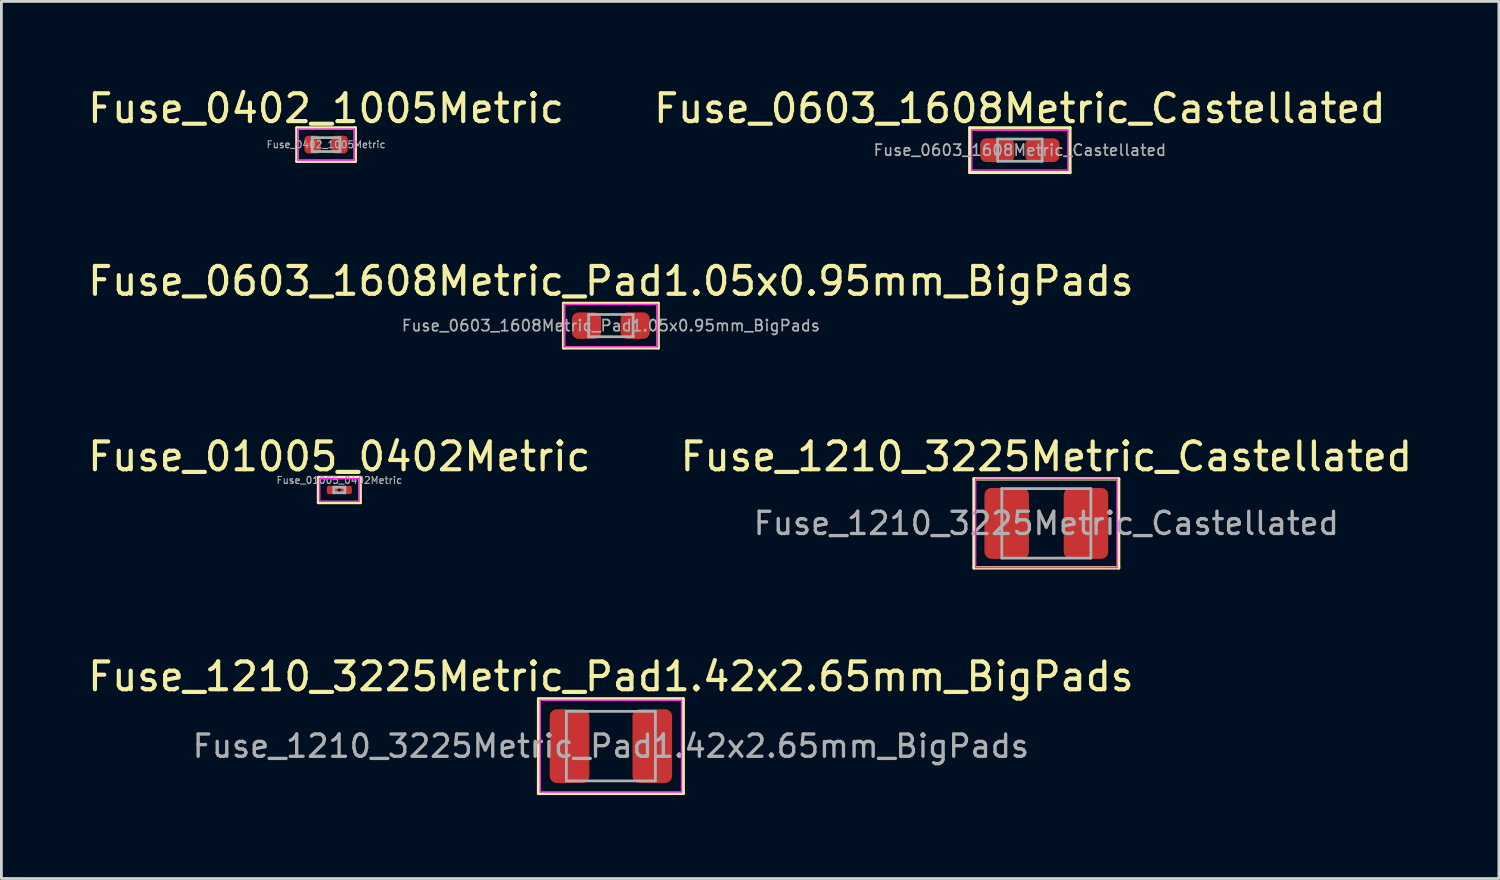
<source format=kicad_pcb>
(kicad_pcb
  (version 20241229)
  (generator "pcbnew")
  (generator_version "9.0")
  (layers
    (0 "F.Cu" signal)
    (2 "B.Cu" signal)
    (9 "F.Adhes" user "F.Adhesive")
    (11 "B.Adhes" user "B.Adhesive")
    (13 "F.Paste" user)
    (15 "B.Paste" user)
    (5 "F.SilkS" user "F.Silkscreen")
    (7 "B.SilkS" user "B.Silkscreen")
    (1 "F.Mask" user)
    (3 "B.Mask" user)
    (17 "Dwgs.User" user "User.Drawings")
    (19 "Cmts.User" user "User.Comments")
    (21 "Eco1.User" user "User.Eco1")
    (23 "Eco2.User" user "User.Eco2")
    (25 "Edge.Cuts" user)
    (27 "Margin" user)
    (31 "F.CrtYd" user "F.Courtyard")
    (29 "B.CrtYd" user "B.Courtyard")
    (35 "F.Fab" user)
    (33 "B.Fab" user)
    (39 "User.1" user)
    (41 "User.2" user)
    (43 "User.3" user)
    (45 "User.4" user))
  (footprint "Fuse_1210_3225Metric_Pad1.42x2.65mm_BigPads"
    (layer "F.Cu")
    (at 18.911 23.773)
    (property "Reference" "Fuse_1210_3225Metric_Pad1.42x2.65mm_BigPads" (at 0 -2.5 0) (layer "F.SilkS") (effects (font (size 1 1) (thickness 0.15))))
    (attr smd)
    (fp_line (start -2.6 -1.7) (end -2.6 1.7) (stroke (width 0.12) (type solid)) (layer "F.SilkS"))
    (fp_line (start -2.6 1.7) (end 2.6 1.7) (stroke (width 0.12) (type solid)) (layer "F.SilkS"))
    (fp_line (start 2.6 -1.7) (end -2.6 -1.7) (stroke (width 0.12) (type solid)) (layer "F.SilkS"))
    (fp_line (start 2.6 1.7) (end 2.6 -1.7) (stroke (width 0.12) (type solid)) (layer "F.SilkS"))
    (fp_line (start -2.54 -1.651) (end 2.54 -1.651) (stroke (width 0.05) (type solid)) (layer "F.CrtYd"))
    (fp_line (start -2.54 1.651) (end -2.54 -1.651) (stroke (width 0.05) (type solid)) (layer "F.CrtYd"))
    (fp_line (start 2.54 -1.651) (end 2.54 1.651) (stroke (width 0.05) (type solid)) (layer "F.CrtYd"))
    (fp_line (start 2.54 1.651) (end -2.54 1.651) (stroke (width 0.05) (type solid)) (layer "F.CrtYd"))
    (fp_line (start -1.6 -1.25) (end 1.6 -1.25) (stroke (width 0.1) (type solid)) (layer "F.Fab"))
    (fp_line (start -1.6 1.25) (end -1.6 -1.25) (stroke (width 0.1) (type solid)) (layer "F.Fab"))
    (fp_line (start 1.6 -1.25) (end 1.6 1.25) (stroke (width 0.1) (type solid)) (layer "F.Fab"))
    (fp_line (start 1.6 1.25) (end -1.6 1.25) (stroke (width 0.1) (type solid)) (layer "F.Fab"))
    (fp_text user "${REFERENCE}" (at 0 0 0) (layer "F.Fab") (effects (font (size 0.8 0.8) (thickness 0.12))))
    (pad "1" smd roundrect (at -1.488 0) (size 1.425 2.65) (layers "F.Cu" "F.Mask" "F.Paste") (roundrect_rratio 0.175))
    (pad "2" smd roundrect (at 1.488 0) (size 1.425 2.65) (layers "F.Cu" "F.Mask" "F.Paste") (roundrect_rratio 0.175)))
  (footprint "Fuse_1210_3225Metric_Castellated"
    (layer "F.Cu")
    (at 34.565 15.765)
    (property "Reference" "Fuse_1210_3225Metric_Castellated" (at 0 -2.4 0) (layer "F.SilkS") (effects (font (size 1 1) (thickness 0.15))))
    (attr smd)
    (fp_line (start -2.6 -1.6) (end -2.6 1.6) (stroke (width 0.12) (type solid)) (layer "F.SilkS"))
    (fp_line (start -2.6 1.6) (end 2.6 1.6) (stroke (width 0.12) (type solid)) (layer "F.SilkS"))
    (fp_line (start 2.6 -1.6) (end -2.6 -1.6) (stroke (width 0.12) (type solid)) (layer "F.SilkS"))
    (fp_line (start 2.6 1.6) (end 2.6 -1.6) (stroke (width 0.12) (type solid)) (layer "F.SilkS"))
    (fp_line (start -2.54 -1.587) (end 2.54 -1.587) (stroke (width 0.05) (type solid)) (layer "F.CrtYd"))
    (fp_line (start -2.54 1.587) (end -2.54 -1.587) (stroke (width 0.05) (type solid)) (layer "F.CrtYd"))
    (fp_line (start 2.54 -1.587) (end 2.54 1.587) (stroke (width 0.05) (type solid)) (layer "F.CrtYd"))
    (fp_line (start 2.54 1.587) (end -2.54 1.587) (stroke (width 0.05) (type solid)) (layer "F.CrtYd"))
    (fp_line (start -1.6 -1.25) (end 1.6 -1.25) (stroke (width 0.1) (type solid)) (layer "F.Fab"))
    (fp_line (start -1.6 1.25) (end -1.6 -1.25) (stroke (width 0.1) (type solid)) (layer "F.Fab"))
    (fp_line (start 1.6 -1.25) (end 1.6 1.25) (stroke (width 0.1) (type solid)) (layer "F.Fab"))
    (fp_line (start 1.6 1.25) (end -1.6 1.25) (stroke (width 0.1) (type solid)) (layer "F.Fab"))
    (fp_text user "${REFERENCE}" (at 0 0 0) (layer "F.Fab") (effects (font (size 0.8 0.8) (thickness 0.12))))
    (pad "1" smd roundrect (at -1.425 0) (size 1.6 2.55) (layers "F.Cu" "F.Mask" "F.Paste") (roundrect_rratio 0.156))
    (pad "2" smd roundrect (at 1.425 0) (size 1.6 2.55) (layers "F.Cu" "F.Mask" "F.Paste") (roundrect_rratio 0.156)))
  (footprint "Fuse_0603_1608Metric_Castellated"
    (layer "F.Cu")
    (at 33.613 2.348)
    (property "Reference" "Fuse_0603_1608Metric_Castellated" (at 0 -1.5 0) (layer "F.SilkS") (effects (font (size 1 1) (thickness 0.15))))
    (attr smd)
    (fp_line (start -1.8 -0.8) (end -1.8 0.8) (stroke (width 0.12) (type solid)) (layer "F.SilkS"))
    (fp_line (start -1.8 0.8) (end 1.8 0.8) (stroke (width 0.12) (type solid)) (layer "F.SilkS"))
    (fp_line (start 1.8 -0.8) (end -1.8 -0.8) (stroke (width 0.12) (type solid)) (layer "F.SilkS"))
    (fp_line (start 1.8 0.8) (end 1.8 -0.8) (stroke (width 0.12) (type solid)) (layer "F.SilkS"))
    (fp_line (start -1.727 -0.711) (end 1.727 -0.711) (stroke (width 0.05) (type solid)) (layer "F.CrtYd"))
    (fp_line (start -1.727 0.711) (end -1.727 -0.711) (stroke (width 0.05) (type solid)) (layer "F.CrtYd"))
    (fp_line (start 1.727 -0.711) (end 1.727 0.711) (stroke (width 0.05) (type solid)) (layer "F.CrtYd"))
    (fp_line (start 1.727 0.711) (end -1.727 0.711) (stroke (width 0.05) (type solid)) (layer "F.CrtYd"))
    (fp_line (start -0.8 -0.4) (end 0.8 -0.4) (stroke (width 0.1) (type solid)) (layer "F.Fab"))
    (fp_line (start -0.8 0.4) (end -0.8 -0.4) (stroke (width 0.1) (type solid)) (layer "F.Fab"))
    (fp_line (start 0.8 -0.4) (end 0.8 0.4) (stroke (width 0.1) (type solid)) (layer "F.Fab"))
    (fp_line (start 0.8 0.4) (end -0.8 0.4) (stroke (width 0.1) (type solid)) (layer "F.Fab"))
    (fp_text user "${REFERENCE}" (at 0 0 0) (layer "F.Fab") (effects (font (size 0.4 0.4) (thickness 0.06))))
    (pad "1" smd roundrect (at -0.812 0) (size 1.225 0.85) (layers "F.Cu" "F.Mask" "F.Paste") (roundrect_rratio 0.25))
    (pad "2" smd roundrect (at 0.812 0) (size 1.225 0.85) (layers "F.Cu" "F.Mask" "F.Paste") (roundrect_rratio 0.25)))
  (footprint "Fuse_01005_0402Metric"
    (layer "F.Cu")
    (at 9.149 14.565)
    (property "Reference" "Fuse_01005_0402Metric" (at 0 -1.2 0) (layer "F.SilkS") (effects (font (size 1 1) (thickness 0.15))))
    (attr smd)
    (fp_line (start -0.75 -0.45) (end -0.75 0.45) (stroke (width 0.12) (type solid)) (layer "F.SilkS"))
    (fp_line (start -0.75 0.45) (end 0.75 0.45) (stroke (width 0.12) (type solid)) (layer "F.SilkS"))
    (fp_line (start 0.75 -0.45) (end -0.75 -0.45) (stroke (width 0.12) (type solid)) (layer "F.SilkS"))
    (fp_line (start 0.75 0.45) (end 0.75 -0.45) (stroke (width 0.12) (type solid)) (layer "F.SilkS"))
    (fp_line (start -0.711 -0.406) (end 0.711 -0.406) (stroke (width 0.05) (type solid)) (layer "F.CrtYd"))
    (fp_line (start -0.711 0.406) (end -0.711 -0.406) (stroke (width 0.05) (type solid)) (layer "F.CrtYd"))
    (fp_line (start 0.711 -0.406) (end 0.711 0.406) (stroke (width 0.05) (type solid)) (layer "F.CrtYd"))
    (fp_line (start 0.711 0.406) (end -0.711 0.406) (stroke (width 0.05) (type solid)) (layer "F.CrtYd"))
    (fp_line (start -0.2 -0.1) (end 0.2 -0.1) (stroke (width 0.1) (type solid)) (layer "F.Fab"))
    (fp_line (start -0.2 0.1) (end -0.2 -0.1) (stroke (width 0.1) (type solid)) (layer "F.Fab"))
    (fp_line (start 0.2 -0.1) (end 0.2 0.1) (stroke (width 0.1) (type solid)) (layer "F.Fab"))
    (fp_line (start 0.2 0.1) (end -0.2 0.1) (stroke (width 0.1) (type solid)) (layer "F.Fab"))
    (fp_text user "${REFERENCE}" (at 0 -0.35 0) (layer "F.Fab") (effects (font (size 0.25 0.25) (thickness 0.04))))
    (pad "" smd roundrect (at -0.275 0) (size 0.27 0.27) (layers "F.Paste") (roundrect_rratio 0.25))
    (pad "" smd roundrect (at 0.275 0) (size 0.27 0.27) (layers "F.Paste") (roundrect_rratio 0.25))
    (pad "1" smd roundrect (at -0.25 0) (size 0.4 0.3) (layers "F.Cu" "F.Mask") (roundrect_rratio 0.25))
    (pad "2" smd roundrect (at 0.25 0) (size 0.4 0.3) (layers "F.Cu" "F.Mask") (roundrect_rratio 0.25)))
  (footprint "Fuse_0603_1608Metric_Pad1.05x0.95mm_BigPads"
    (layer "F.Cu")
    (at 18.911 8.656)
    (property "Reference" "Fuse_0603_1608Metric_Pad1.05x0.95mm_BigPads" (at 0 -1.6 0) (layer "F.SilkS") (effects (font (size 1 1) (thickness 0.15))))
    (attr smd)
    (fp_line (start -1.7 -0.8) (end -1.7 0.8) (stroke (width 0.12) (type solid)) (layer "F.SilkS"))
    (fp_line (start -1.7 0.8) (end 1.7 0.8) (stroke (width 0.12) (type solid)) (layer "F.SilkS"))
    (fp_line (start 1.7 -0.8) (end -1.7 -0.8) (stroke (width 0.12) (type solid)) (layer "F.SilkS"))
    (fp_line (start 1.7 0.8) (end 1.7 -0.8) (stroke (width 0.12) (type solid)) (layer "F.SilkS"))
    (fp_line (start -1.676 -0.762) (end 1.676 -0.762) (stroke (width 0.05) (type solid)) (layer "F.CrtYd"))
    (fp_line (start -1.676 0.762) (end -1.676 -0.762) (stroke (width 0.05) (type solid)) (layer "F.CrtYd"))
    (fp_line (start 1.676 -0.762) (end 1.676 0.762) (stroke (width 0.05) (type solid)) (layer "F.CrtYd"))
    (fp_line (start 1.676 0.762) (end -1.676 0.762) (stroke (width 0.05) (type solid)) (layer "F.CrtYd"))
    (fp_line (start -0.8 -0.4) (end 0.8 -0.4) (stroke (width 0.1) (type solid)) (layer "F.Fab"))
    (fp_line (start -0.8 0.4) (end -0.8 -0.4) (stroke (width 0.1) (type solid)) (layer "F.Fab"))
    (fp_line (start 0.8 -0.4) (end 0.8 0.4) (stroke (width 0.1) (type solid)) (layer "F.Fab"))
    (fp_line (start 0.8 0.4) (end -0.8 0.4) (stroke (width 0.1) (type solid)) (layer "F.Fab"))
    (fp_text user "${REFERENCE}" (at 0 0 0) (layer "F.Fab") (effects (font (size 0.4 0.4) (thickness 0.06))))
    (pad "1" smd roundrect (at -0.875 0) (size 1.05 0.95) (layers "F.Cu" "F.Mask" "F.Paste") (roundrect_rratio 0.25))
    (pad "2" smd roundrect (at 0.875 0) (size 1.05 0.95) (layers "F.Cu" "F.Mask" "F.Paste") (roundrect_rratio 0.25)))
  (footprint "Fuse_0402_1005Metric"
    (layer "F.Cu")
    (at 8.673 2.148)
    (property "Reference" "Fuse_0402_1005Metric" (at 0 -1.3 0) (layer "F.SilkS") (effects (font (size 1 1) (thickness 0.15))))
    (attr smd)
    (fp_line (start -1.05 -0.6) (end -1.05 0.6) (stroke (width 0.12) (type solid)) (layer "F.SilkS"))
    (fp_line (start -1.05 0.6) (end 1.05 0.6) (stroke (width 0.12) (type solid)) (layer "F.SilkS"))
    (fp_line (start 1.05 -0.6) (end -1.05 -0.6) (stroke (width 0.12) (type solid)) (layer "F.SilkS"))
    (fp_line (start 1.05 0.6) (end 1.05 -0.6) (stroke (width 0.12) (type solid)) (layer "F.SilkS"))
    (fp_line (start -1.016 -0.559) (end 1.016 -0.559) (stroke (width 0.05) (type solid)) (layer "F.CrtYd"))
    (fp_line (start -1.016 0.559) (end -1.016 -0.559) (stroke (width 0.05) (type solid)) (layer "F.CrtYd"))
    (fp_line (start 1.016 -0.559) (end 1.016 0.559) (stroke (width 0.05) (type solid)) (layer "F.CrtYd"))
    (fp_line (start 1.016 0.559) (end -1.016 0.559) (stroke (width 0.05) (type solid)) (layer "F.CrtYd"))
    (fp_line (start -0.5 -0.25) (end 0.5 -0.25) (stroke (width 0.1) (type solid)) (layer "F.Fab"))
    (fp_line (start -0.5 0.25) (end -0.5 -0.25) (stroke (width 0.1) (type solid)) (layer "F.Fab"))
    (fp_line (start 0.5 -0.25) (end 0.5 0.25) (stroke (width 0.1) (type solid)) (layer "F.Fab"))
    (fp_line (start 0.5 0.25) (end -0.5 0.25) (stroke (width 0.1) (type solid)) (layer "F.Fab"))
    (fp_text user "${REFERENCE}" (at 0 0 0) (layer "F.Fab") (effects (font (size 0.25 0.25) (thickness 0.04))))
    (pad "1" smd roundrect (at -0.485 0) (size 0.59 0.64) (layers "F.Cu" "F.Mask" "F.Paste") (roundrect_rratio 0.25))
    (pad "2" smd roundrect (at 0.485 0) (size 0.59 0.64) (layers "F.Cu" "F.Mask" "F.Paste") (roundrect_rratio 0.25)))
  (gr_rect
    (start -3 -3)
    (end 50.833 28.533)
    (stroke (width 0.1) (type default))
    (fill no)
    (layer "Edge.Cuts")))
</source>
